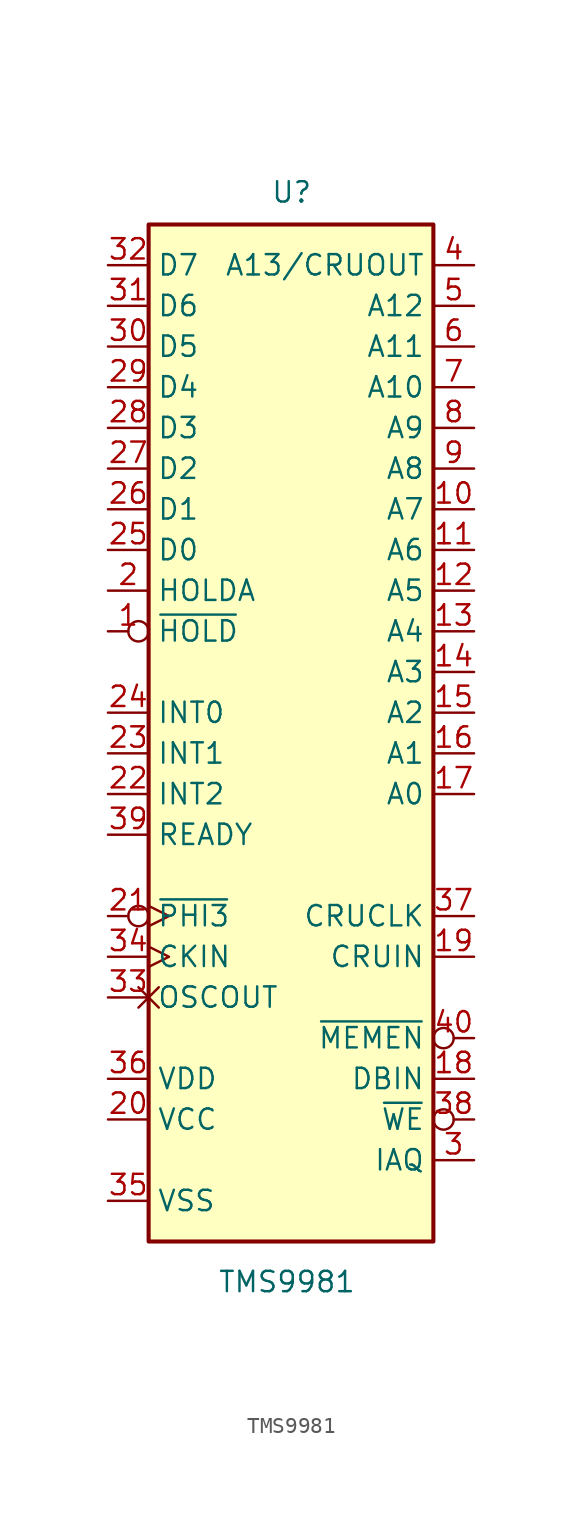
<source format=kicad_sym>
(kicad_symbol_lib
  (version 20231120)
  (generator "kicad_symbol_editor")
  (generator_version "8.0")
  (symbol "TMS9981"
    (property "Reference" "U"
      (at -1.27 31.75 0)
      (effects (font (size 1.27 1.27)) (justify left bottom)))
    (property "Value" "TMS9981"
      (at -0.254 -34.798 0)
      (effects (font (size 1.27 1.27)) (justify top)))
    (symbol "TMS9981_0_1"
      (rectangle (start -8.89 -33.02) (end 8.89 30.48) (stroke (width 0.254) (type default)) (fill (type background))))
    (symbol "TMS9981_1_1"
      (pin input inverted (at -11.43 5.08 0) (length 2.54) (name "~{HOLD}" (effects (font (size 1.27 1.27)))) (number "1" (effects (font (size 1.27 1.27)))))
      (pin output line (at 11.43 12.7 180) (length 2.54) (name "A7" (effects (font (size 1.27 1.27)))) (number "10" (effects (font (size 1.27 1.27)))))
      (pin output line (at 11.43 10.16 180) (length 2.54) (name "A6" (effects (font (size 1.27 1.27)))) (number "11" (effects (font (size 1.27 1.27)))))
      (pin output line (at 11.43 7.62 180) (length 2.54) (name "A5" (effects (font (size 1.27 1.27)))) (number "12" (effects (font (size 1.27 1.27)))))
      (pin output line (at 11.43 5.08 180) (length 2.54) (name "A4" (effects (font (size 1.27 1.27)))) (number "13" (effects (font (size 1.27 1.27)))))
      (pin output line (at 11.43 2.54 180) (length 2.54) (name "A3" (effects (font (size 1.27 1.27)))) (number "14" (effects (font (size 1.27 1.27)))))
      (pin output line (at 11.43 0 180) (length 2.54) (name "A2" (effects (font (size 1.27 1.27)))) (number "15" (effects (font (size 1.27 1.27)))))
      (pin output line (at 11.43 -2.54 180) (length 2.54) (name "A1" (effects (font (size 1.27 1.27)))) (number "16" (effects (font (size 1.27 1.27)))))
      (pin output line (at 11.43 -5.08 180) (length 2.54) (name "A0" (effects (font (size 1.27 1.27)))) (number "17" (effects (font (size 1.27 1.27)))))
      (pin output line (at 11.43 -22.86 180) (length 2.54) (name "DBIN" (effects (font (size 1.27 1.27)))) (number "18" (effects (font (size 1.27 1.27)))))
      (pin input line (at 11.43 -15.24 180) (length 2.54) (name "CRUIN" (effects (font (size 1.27 1.27)))) (number "19" (effects (font (size 1.27 1.27)))))
      (pin output line (at -11.43 7.62 0) (length 2.54) (name "HOLDA" (effects (font (size 1.27 1.27)))) (number "2" (effects (font (size 1.27 1.27)))))
      (pin power_in line (at -11.43 -25.4 0) (length 2.54) (name "VCC" (effects (font (size 1.27 1.27)))) (number "20" (effects (font (size 1.27 1.27)))))
      (pin output inverted_clock (at -11.43 -12.7 0) (length 2.54) (name "~{PHI3}" (effects (font (size 1.27 1.27)))) (number "21" (effects (font (size 1.27 1.27)))))
      (pin input line (at -11.43 -5.08 0) (length 2.54) (name "INT2" (effects (font (size 1.27 1.27)))) (number "22" (effects (font (size 1.27 1.27)))))
      (pin input line (at -11.43 -2.54 0) (length 2.54) (name "INT1" (effects (font (size 1.27 1.27)))) (number "23" (effects (font (size 1.27 1.27)))))
      (pin input line (at -11.43 0 0) (length 2.54) (name "INT0" (effects (font (size 1.27 1.27)))) (number "24" (effects (font (size 1.27 1.27)))))
      (pin bidirectional line (at -11.43 10.16 0) (length 2.54) (name "D0" (effects (font (size 1.27 1.27)))) (number "25" (effects (font (size 1.27 1.27)))))
      (pin bidirectional line (at -11.43 12.7 0) (length 2.54) (name "D1" (effects (font (size 1.27 1.27)))) (number "26" (effects (font (size 1.27 1.27)))))
      (pin bidirectional line (at -11.43 15.24 0) (length 2.54) (name "D2" (effects (font (size 1.27 1.27)))) (number "27" (effects (font (size 1.27 1.27)))))
      (pin bidirectional line (at -11.43 17.78 0) (length 2.54) (name "D3" (effects (font (size 1.27 1.27)))) (number "28" (effects (font (size 1.27 1.27)))))
      (pin bidirectional line (at -11.43 20.32 0) (length 2.54) (name "D4" (effects (font (size 1.27 1.27)))) (number "29" (effects (font (size 1.27 1.27)))))
      (pin output line (at 11.43 -27.94 180) (length 2.54) (name "IAQ" (effects (font (size 1.27 1.27)))) (number "3" (effects (font (size 1.27 1.27)))))
      (pin bidirectional line (at -11.43 22.86 0) (length 2.54) (name "D5" (effects (font (size 1.27 1.27)))) (number "30" (effects (font (size 1.27 1.27)))))
      (pin bidirectional line (at -11.43 25.4 0) (length 2.54) (name "D6" (effects (font (size 1.27 1.27)))) (number "31" (effects (font (size 1.27 1.27)))))
      (pin bidirectional line (at -11.43 27.94 0) (length 2.54) (name "D7" (effects (font (size 1.27 1.27)))) (number "32" (effects (font (size 1.27 1.27)))))
      (pin passive non_logic (at -11.43 -17.78 0) (length 2.54) (name "OSCOUT" (effects (font (size 1.27 1.27)))) (number "33" (effects (font (size 1.27 1.27)))))
      (pin input clock (at -11.43 -15.24 0) (length 2.54) (name "CKIN" (effects (font (size 1.27 1.27)))) (number "34" (effects (font (size 1.27 1.27)))))
      (pin power_in line (at -11.43 -30.48 0) (length 2.54) (name "VSS" (effects (font (size 1.27 1.27)))) (number "35" (effects (font (size 1.27 1.27)))))
      (pin power_in line (at -11.43 -22.86 0) (length 2.54) (name "VDD" (effects (font (size 1.27 1.27)))) (number "36" (effects (font (size 1.27 1.27)))))
      (pin output line (at 11.43 -12.7 180) (length 2.54) (name "CRUCLK" (effects (font (size 1.27 1.27)))) (number "37" (effects (font (size 1.27 1.27)))))
      (pin output inverted (at 11.43 -25.4 180) (length 2.54) (name "~{WE}" (effects (font (size 1.27 1.27)))) (number "38" (effects (font (size 1.27 1.27)))))
      (pin input line (at -11.43 -7.62 0) (length 2.54) (name "READY" (effects (font (size 1.27 1.27)))) (number "39" (effects (font (size 1.27 1.27)))))
      (pin output line (at 11.43 27.94 180) (length 2.54) (name "A13/CRUOUT" (effects (font (size 1.27 1.27)))) (number "4" (effects (font (size 1.27 1.27)))))
      (pin output inverted (at 11.43 -20.32 180) (length 2.54) (name "~{MEMEN}" (effects (font (size 1.27 1.27)))) (number "40" (effects (font (size 1.27 1.27)))))
      (pin output line (at 11.43 25.4 180) (length 2.54) (name "A12" (effects (font (size 1.27 1.27)))) (number "5" (effects (font (size 1.27 1.27)))))
      (pin output line (at 11.43 22.86 180) (length 2.54) (name "A11" (effects (font (size 1.27 1.27)))) (number "6" (effects (font (size 1.27 1.27)))))
      (pin output line (at 11.43 20.32 180) (length 2.54) (name "A10" (effects (font (size 1.27 1.27)))) (number "7" (effects (font (size 1.27 1.27)))))
      (pin output line (at 11.43 17.78 180) (length 2.54) (name "A9" (effects (font (size 1.27 1.27)))) (number "8" (effects (font (size 1.27 1.27)))))
      (pin output line (at 11.43 15.24 180) (length 2.54) (name "A8" (effects (font (size 1.27 1.27)))) (number "9" (effects (font (size 1.27 1.27))))))))
</source>
